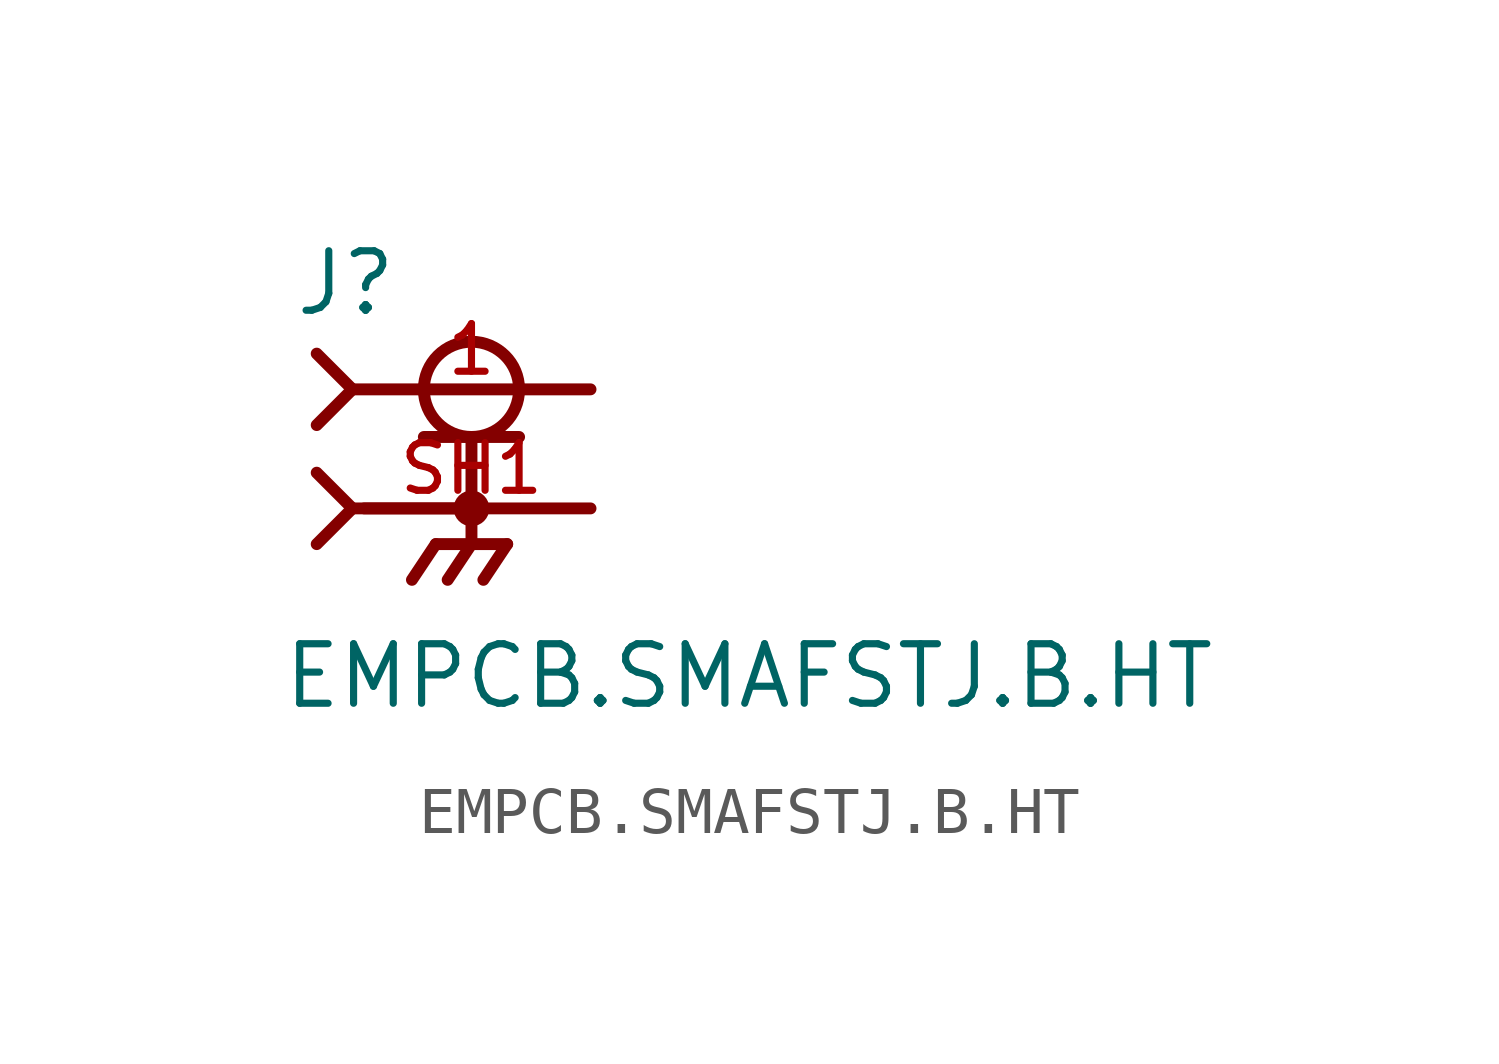
<source format=kicad_sym>
(kicad_symbol_lib
  (version 20211014)
  (generator kicad_symbol_editor)
  (symbol "EMPCB.SMAFSTJ.B.HT"
    (pin_names
      (offset 1.016))
    (property "Reference" "J"
      (at -3.81 4.064 0)
      (effects (font (size 1.27 1.27)) (justify bottom left)))
    (property "Value" "EMPCB.SMAFSTJ.B.HT"
      (at -4.067 -4.321 0)
      (effects (font (size 1.27 1.27)) (justify bottom left)))
    (symbol "EMPCB.SMAFSTJ.B.HT_0_0"
      (circle (center 0.0 2.54) (radius 1.016) (stroke (width 0.254)) (fill (type none)))
      (polyline (pts (xy -1.016 1.524) (xy 0.0 1.524)) (stroke (width 0.254)))
      (polyline (pts (xy 0.0 1.524) (xy 1.016 1.524)) (stroke (width 0.254)))
      (polyline (pts (xy 0.0 0.0) (xy -2.286 0.0)) (stroke (width 0.254)))
      (polyline (pts (xy -3.302 3.302) (xy -2.54 2.54)) (stroke (width 0.254)))
      (polyline (pts (xy -3.302 1.778) (xy -2.54 2.54)) (stroke (width 0.254)))
      (polyline (pts (xy 0.0 1.524) (xy 0.0 0.0)) (stroke (width 0.254)))
      (circle (center 0.0 0.0) (radius 0.254) (stroke (width 0.254)) (fill (type none)))
      (polyline (pts (xy -2.54 2.54) (xy 2.54 2.54)) (stroke (width 0.254)))
      (polyline (pts (xy 2.54 0.0) (xy 0.0 0.0)) (stroke (width 0.254)))
      (polyline (pts (xy 0.0 0.0) (xy 0.0 -0.762)) (stroke (width 0.254)))
      (polyline (pts (xy 0.0 -0.762) (xy -0.762 -0.762)) (stroke (width 0.254)))
      (polyline (pts (xy 0.0 -0.762) (xy 0.762 -0.762)) (stroke (width 0.254)))
      (polyline (pts (xy -0.762 -0.762) (xy -1.27 -1.524)) (stroke (width 0.254)))
      (polyline (pts (xy 0.0 -0.762) (xy -0.508 -1.524)) (stroke (width 0.254)))
      (polyline (pts (xy 0.762 -0.762) (xy 0.254 -1.524)) (stroke (width 0.254)))
      (polyline (pts (xy -3.302 0.762) (xy -2.54 0.0)) (stroke (width 0.254)))
      (polyline (pts (xy -3.302 -0.762) (xy -2.54 0.0)) (stroke (width 0.254)))
      (polyline (pts (xy -2.54 0.0) (xy 0.0 0.0)) (stroke (width 0.254)))
      (pin passive line (at 2.54 2.54 180.0) (length 5.08) (name "~" (effects (font (size 1.016 1.016)))) (number "1" (effects (font (size 1.016 1.016)))))
      (pin passive line (at 2.54 0.0 180.0) (length 5.08) (name "~" (effects (font (size 1.016 1.016)))) (number "SH1" (effects (font (size 1.016 1.016))))))))
</source>
